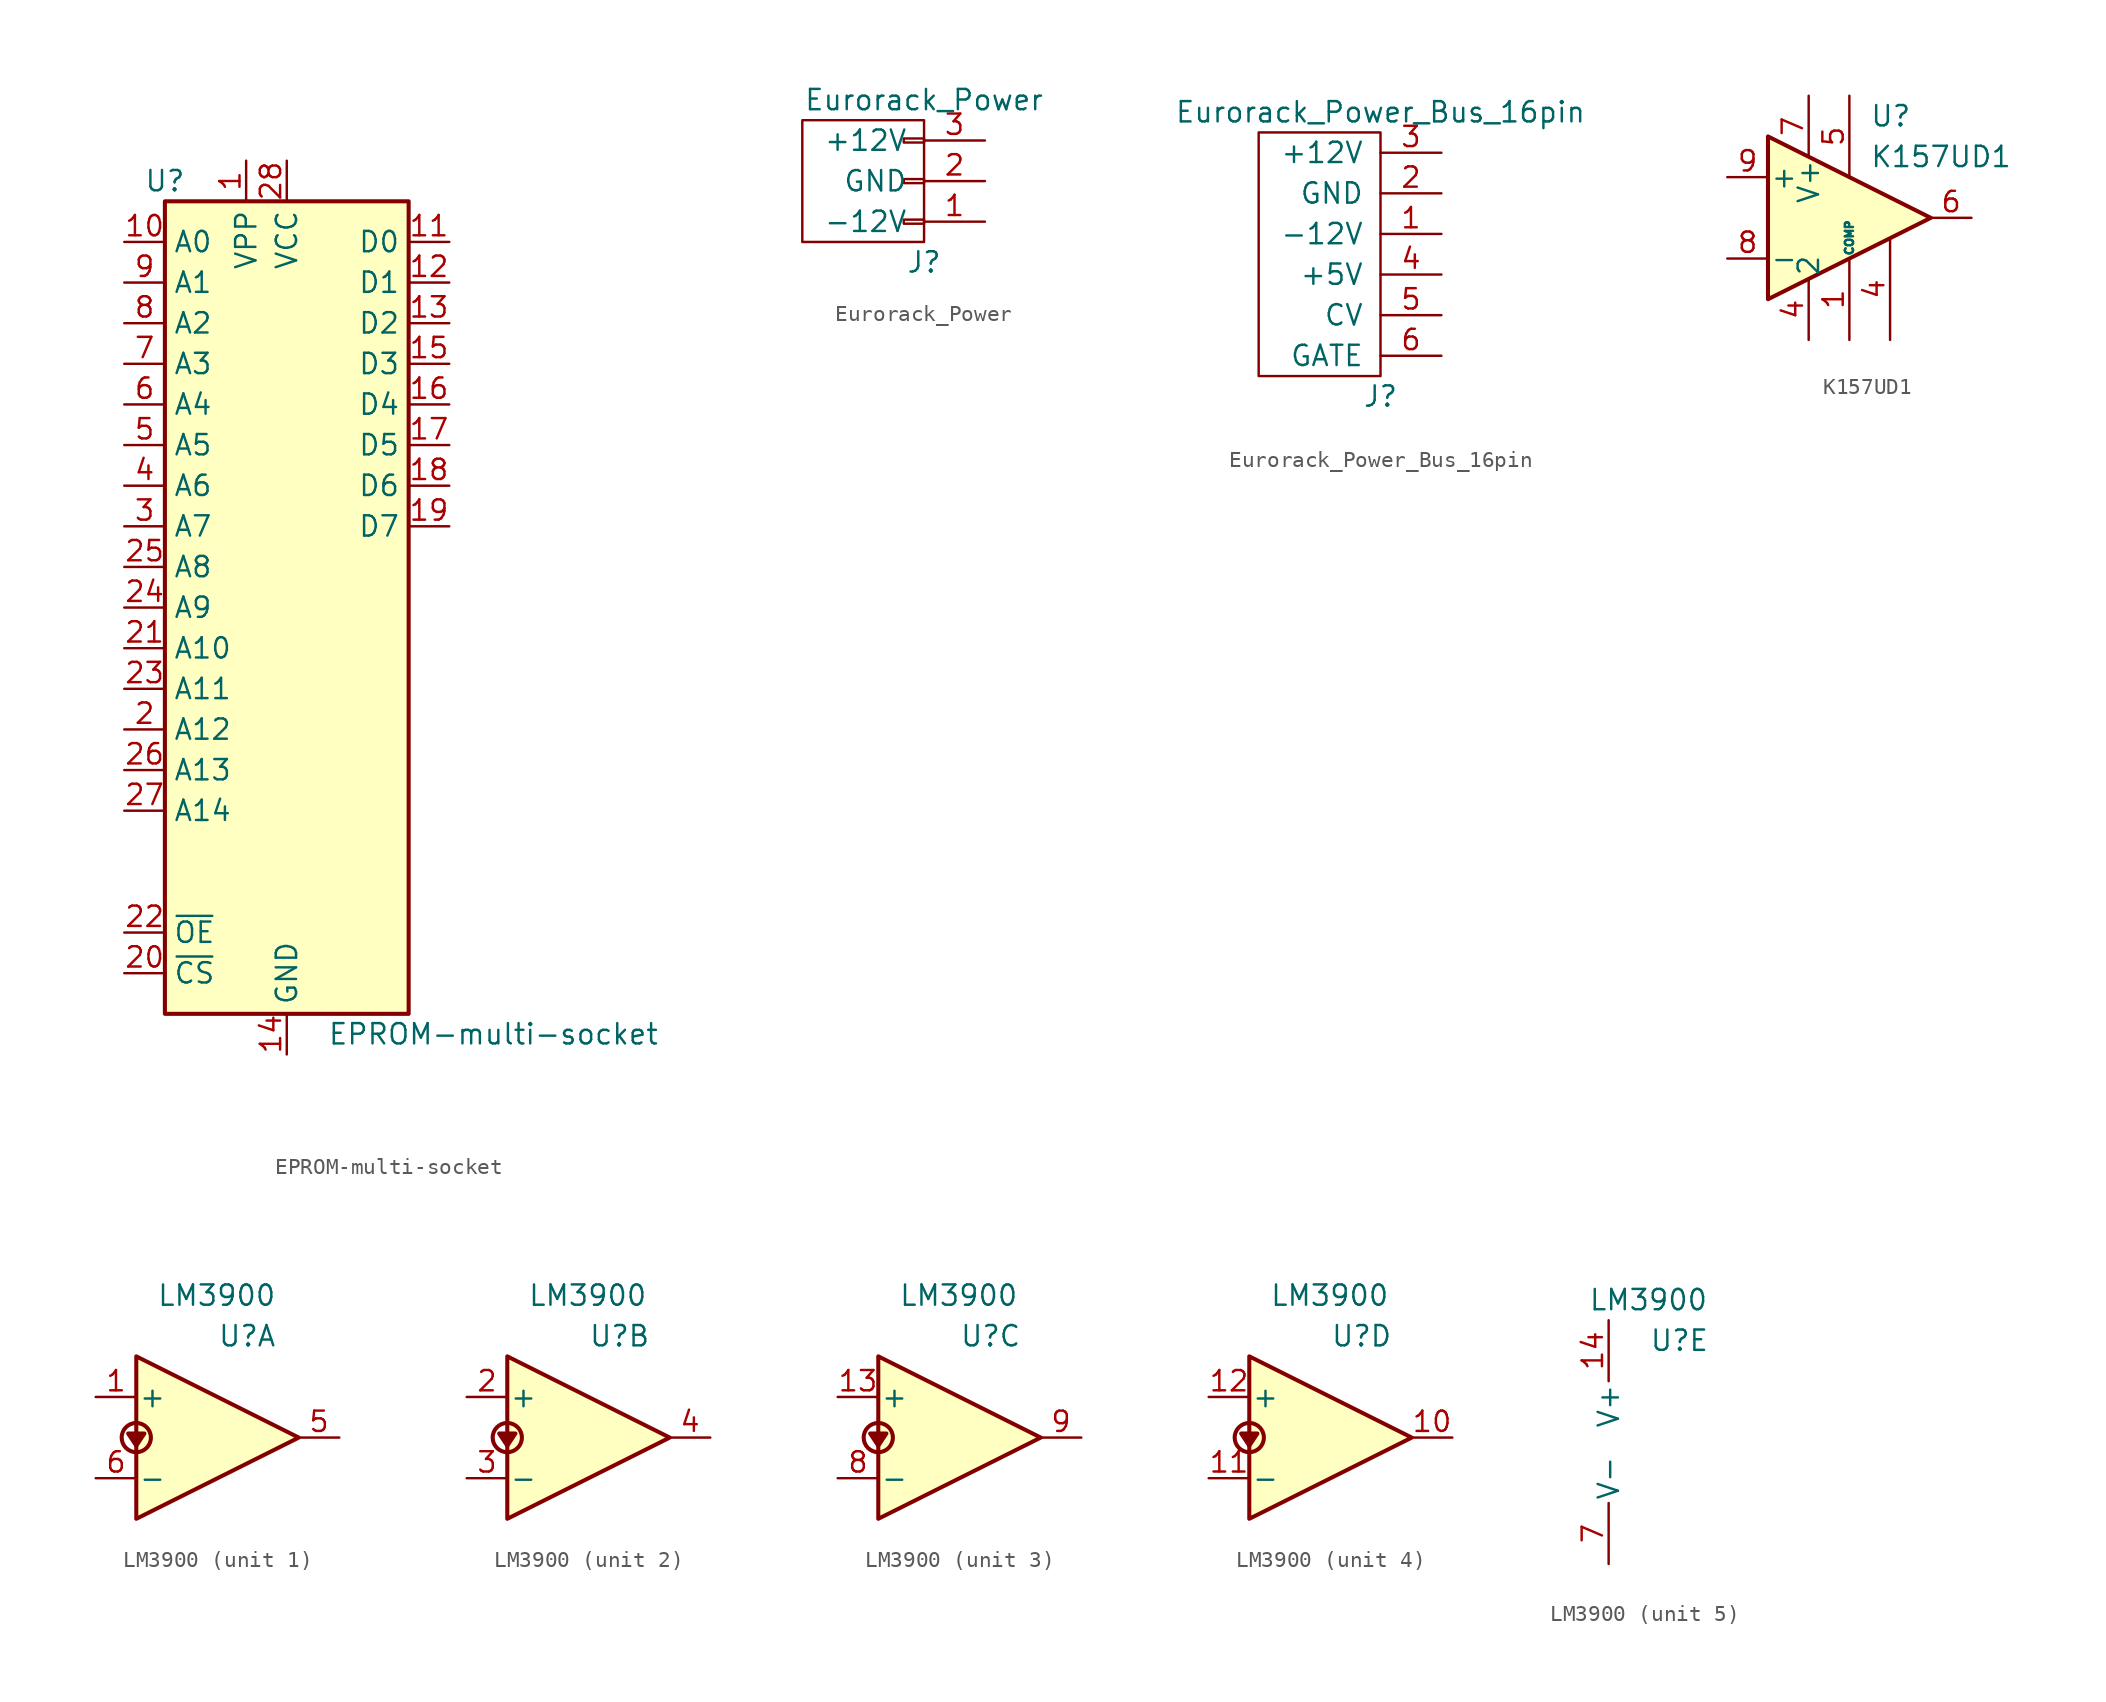
<source format=kicad_sym>
(kicad_symbol_lib
  (version 20231120)
  (generator "kicad_symbol_editor")
  (generator_version "8.0")
  (symbol "EPROM-multi-socket"
    (property "Reference" "U"
      (at -7.62 26.67 0)
      (effects (font (size 1.27 1.27))))
    (property "Value" "EPROM-multi-socket"
      (at 2.54 -26.67 0)
      (effects (font (size 1.27 1.27)) (justify left)))
    (symbol "EPROM-multi-socket_1_1"
      (rectangle (start -7.62 25.4) (end 7.62 -25.4) (stroke (width 0.254) (type default)) (fill (type background)))
      (pin power_in line (at -2.54 27.94 270) (length 2.54) (name "VPP" (effects (font (size 1.27 1.27)))) (number "1" (effects (font (size 1.27 1.27)))))
      (pin input line (at -10.16 22.86 0) (length 2.54) (name "A0" (effects (font (size 1.27 1.27)))) (number "10" (effects (font (size 1.27 1.27)))))
      (pin tri_state line (at 10.16 22.86 180) (length 2.54) (name "D0" (effects (font (size 1.27 1.27)))) (number "11" (effects (font (size 1.27 1.27)))))
      (pin tri_state line (at 10.16 20.32 180) (length 2.54) (name "D1" (effects (font (size 1.27 1.27)))) (number "12" (effects (font (size 1.27 1.27)))))
      (pin tri_state line (at 10.16 17.78 180) (length 2.54) (name "D2" (effects (font (size 1.27 1.27)))) (number "13" (effects (font (size 1.27 1.27)))))
      (pin power_in line (at 0 -27.94 90) (length 2.54) (name "GND" (effects (font (size 1.27 1.27)))) (number "14" (effects (font (size 1.27 1.27)))))
      (pin tri_state line (at 10.16 15.24 180) (length 2.54) (name "D3" (effects (font (size 1.27 1.27)))) (number "15" (effects (font (size 1.27 1.27)))))
      (pin tri_state line (at 10.16 12.7 180) (length 2.54) (name "D4" (effects (font (size 1.27 1.27)))) (number "16" (effects (font (size 1.27 1.27)))))
      (pin tri_state line (at 10.16 10.16 180) (length 2.54) (name "D5" (effects (font (size 1.27 1.27)))) (number "17" (effects (font (size 1.27 1.27)))))
      (pin tri_state line (at 10.16 7.62 180) (length 2.54) (name "D6" (effects (font (size 1.27 1.27)))) (number "18" (effects (font (size 1.27 1.27)))))
      (pin tri_state line (at 10.16 5.08 180) (length 2.54) (name "D7" (effects (font (size 1.27 1.27)))) (number "19" (effects (font (size 1.27 1.27)))))
      (pin input line (at -10.16 -7.62 0) (length 2.54) (name "A12" (effects (font (size 1.27 1.27)))) (number "2" (effects (font (size 1.27 1.27)))))
      (pin input line (at -10.16 -22.86 0) (length 2.54) (name "~{CS}" (effects (font (size 1.27 1.27)))) (number "20" (effects (font (size 1.27 1.27)))))
      (pin input line (at -10.16 -2.54 0) (length 2.54) (name "A10" (effects (font (size 1.27 1.27)))) (number "21" (effects (font (size 1.27 1.27)))))
      (pin input line (at -10.16 -20.32 0) (length 2.54) (name "~{OE}" (effects (font (size 1.27 1.27)))) (number "22" (effects (font (size 1.27 1.27)))))
      (pin input line (at -10.16 -5.08 0) (length 2.54) (name "A11" (effects (font (size 1.27 1.27)))) (number "23" (effects (font (size 1.27 1.27)))))
      (pin input line (at -10.16 0 0) (length 2.54) (name "A9" (effects (font (size 1.27 1.27)))) (number "24" (effects (font (size 1.27 1.27)))))
      (pin input line (at -10.16 2.54 0) (length 2.54) (name "A8" (effects (font (size 1.27 1.27)))) (number "25" (effects (font (size 1.27 1.27)))))
      (pin input line (at -10.16 -10.16 0) (length 2.54) (name "A13" (effects (font (size 1.27 1.27)))) (number "26" (effects (font (size 1.27 1.27)))))
      (pin input line (at -10.16 -12.7 0) (length 2.54) (name "A14" (effects (font (size 1.27 1.27)))) (number "27" (effects (font (size 1.27 1.27)))))
      (pin power_in line (at 0 27.94 270) (length 2.54) (name "VCC" (effects (font (size 1.27 1.27)))) (number "28" (effects (font (size 1.27 1.27)))))
      (pin input line (at -10.16 5.08 0) (length 2.54) (name "A7" (effects (font (size 1.27 1.27)))) (number "3" (effects (font (size 1.27 1.27)))))
      (pin input line (at -10.16 7.62 0) (length 2.54) (name "A6" (effects (font (size 1.27 1.27)))) (number "4" (effects (font (size 1.27 1.27)))))
      (pin input line (at -10.16 10.16 0) (length 2.54) (name "A5" (effects (font (size 1.27 1.27)))) (number "5" (effects (font (size 1.27 1.27)))))
      (pin input line (at -10.16 12.7 0) (length 2.54) (name "A4" (effects (font (size 1.27 1.27)))) (number "6" (effects (font (size 1.27 1.27)))))
      (pin input line (at -10.16 15.24 0) (length 2.54) (name "A3" (effects (font (size 1.27 1.27)))) (number "7" (effects (font (size 1.27 1.27)))))
      (pin input line (at -10.16 17.78 0) (length 2.54) (name "A2" (effects (font (size 1.27 1.27)))) (number "8" (effects (font (size 1.27 1.27)))))
      (pin input line (at -10.16 20.32 0) (length 2.54) (name "A1" (effects (font (size 1.27 1.27)))) (number "9" (effects (font (size 1.27 1.27)))))))
  (symbol "Eurorack_Power"
    (pin_names
      (offset 1.016))
    (property "Reference" "J"
      (at 0 -5.08 0)
      (effects (font (size 1.27 1.27))))
    (property "Value" "Eurorack_Power"
      (at 0 5.08 0)
      (effects (font (size 1.27 1.27))))
    (symbol "Eurorack_Power_0_1"
      (rectangle (start 0 3.81) (end -7.62 -3.81) (stroke (width 0) (type default)) (fill (type none))))
    (symbol "Eurorack_Power_1_1"
      (rectangle (start 0 -2.413) (end -1.27 -2.667) (stroke (width 0.152) (type default)) (fill (type none)))
      (rectangle (start 0 0.127) (end -1.27 -0.127) (stroke (width 0.152) (type default)) (fill (type none)))
      (rectangle (start 0 2.667) (end -1.27 2.413) (stroke (width 0.152) (type default)) (fill (type none)))
      (pin power_out line (at 3.81 -2.54 180) (length 3.81) (name "-12V" (effects (font (size 1.27 1.27)))) (number "1" (effects (font (size 1.27 1.27)))))
      (pin power_out line (at 3.81 0 180) (length 3.81) (name "GND" (effects (font (size 1.27 1.27)))) (number "2" (effects (font (size 1.27 1.27)))))
      (pin power_out line (at 3.81 2.54 180) (length 3.81) (name "+12V" (effects (font (size 1.27 1.27)))) (number "3" (effects (font (size 1.27 1.27)))))))
  (symbol "Eurorack_Power_Bus_16pin"
    (pin_names
      (offset 1.016))
    (property "Reference" "J"
      (at 0 -12.7 0)
      (effects (font (size 1.27 1.27))))
    (property "Value" "Eurorack_Power_Bus_16pin"
      (at 0 5.08 0)
      (effects (font (size 1.27 1.27))))
    (symbol "Eurorack_Power_Bus_16pin_0_1"
      (rectangle (start 0 -11.43) (end -7.62 3.81) (stroke (width 0) (type default)) (fill (type none))))
    (symbol "Eurorack_Power_Bus_16pin_1_1"
      (pin power_in line (at 3.81 -2.54 180) (length 3.81) (name "-12V" (effects (font (size 1.27 1.27)))) (number "1" (effects (font (size 1.27 1.27)))))
      (pin power_in line (at 3.81 0 180) (length 3.81) (name "GND" (effects (font (size 1.27 1.27)))) (number "2" (effects (font (size 1.27 1.27)))))
      (pin power_in line (at 3.81 2.54 180) (length 3.81) (name "+12V" (effects (font (size 1.27 1.27)))) (number "3" (effects (font (size 1.27 1.27)))))
      (pin power_in line (at 3.81 -5.08 180) (length 3.81) (name "+5V" (effects (font (size 1.27 1.27)))) (number "4" (effects (font (size 1.27 1.27)))))
      (pin unspecified line (at 3.81 -7.62 180) (length 3.81) (name "CV" (effects (font (size 1.27 1.27)))) (number "5" (effects (font (size 1.27 1.27)))))
      (pin unspecified line (at 3.81 -10.16 180) (length 3.81) (name "GATE" (effects (font (size 1.27 1.27)))) (number "6" (effects (font (size 1.27 1.27)))))))
  (symbol "K157UD1"
    (pin_names
      (offset 0.127))
    (property "Reference" "U"
      (at 1.27 6.35 0)
      (effects (font (size 1.27 1.27)) (justify left)))
    (property "Value" "K157UD1"
      (at 1.27 3.81 0)
      (effects (font (size 1.27 1.27)) (justify left)))
    (symbol "K157UD1_0_1"
      (polyline (pts (xy -5.08 5.08) (xy 5.08 0) (xy -5.08 -5.08) (xy -5.08 5.08)) (stroke (width 0.254) (type default)) (fill (type background))))
    (symbol "K157UD1_1_1"
      (pin input line (at 0 -7.62 90) (length 5.08) (name "COMP" (effects (font (size 0.508 0.508)))) (number "1" (effects (font (size 1.27 1.27)))))
      (pin input line (at 2.54 -7.62 90) (length 6.35) (name "" (effects (font (size 0.508 0.508)))) (number "4" (effects (font (size 1.27 1.27)))))
      (pin power_in line (at -2.54 -7.62 90) (length 3.81) (name "2" (effects (font (size 1.27 1.27)))) (number "4" (effects (font (size 1.27 1.27)))))
      (pin input line (at 0 7.62 270) (length 5.08) (name "" (effects (font (size 0.508 0.508)))) (number "5" (effects (font (size 1.27 1.27)))))
      (pin output line (at 7.62 0 180) (length 2.54) (name "~" (effects (font (size 1.27 1.27)))) (number "6" (effects (font (size 1.27 1.27)))))
      (pin power_in line (at -2.54 7.62 270) (length 3.81) (name "V+" (effects (font (size 1.27 1.27)))) (number "7" (effects (font (size 1.27 1.27)))))
      (pin input line (at -7.62 -2.54 0) (length 2.54) (name "-" (effects (font (size 1.27 1.27)))) (number "8" (effects (font (size 1.27 1.27)))))
      (pin input line (at -7.62 2.54 0) (length 2.54) (name "+" (effects (font (size 1.27 1.27)))) (number "9" (effects (font (size 1.27 1.27)))))))
  (symbol "LM3900"
    (pin_names
      (offset 0.127))
    (property "Reference" "U"
      (at 0 6.35 0)
      (effects (font (size 1.27 1.27)) (justify left)))
    (property "Value" "LM3900"
      (at -3.81 8.89 0)
      (effects (font (size 1.27 1.27)) (justify left)))
    (property "ki_locked" ""
      (at 0 0 0)
      (effects (font (size 1.27 1.27))))
    (symbol "LM3900_1_1"
      (circle (center -5.08 0) (radius 0.914) (stroke (width 0.254) (type default)) (fill (type none)))
      (polyline (pts (xy -5.588 0.254) (xy -4.572 0.254) (xy -5.08 -0.508) (xy -5.588 0.254)) (stroke (width 0.254) (type default)) (fill (type outline)))
      (polyline (pts (xy -5.08 5.08) (xy 5.08 0) (xy -5.08 -5.08) (xy -5.08 5.08)) (stroke (width 0.254) (type default)) (fill (type background)))
      (pin input line (at -7.62 2.54 0) (length 2.54) (name "+" (effects (font (size 1.27 1.27)))) (number "1" (effects (font (size 1.27 1.27)))))
      (pin output line (at 7.62 0 180) (length 2.54) (name "~" (effects (font (size 1.27 1.27)))) (number "5" (effects (font (size 1.27 1.27)))))
      (pin input line (at -7.62 -2.54 0) (length 2.54) (name "-" (effects (font (size 1.27 1.27)))) (number "6" (effects (font (size 1.27 1.27))))))
    (symbol "LM3900_2_1"
      (circle (center -5.08 0) (radius 0.914) (stroke (width 0.254) (type default)) (fill (type none)))
      (polyline (pts (xy -5.588 0.254) (xy -4.572 0.254) (xy -5.08 -0.508) (xy -5.588 0.254)) (stroke (width 0.254) (type default)) (fill (type outline)))
      (polyline (pts (xy -5.08 5.08) (xy 5.08 0) (xy -5.08 -5.08) (xy -5.08 5.08)) (stroke (width 0.254) (type default)) (fill (type background)))
      (pin input line (at -7.62 2.54 0) (length 2.54) (name "+" (effects (font (size 1.27 1.27)))) (number "2" (effects (font (size 1.27 1.27)))))
      (pin input line (at -7.62 -2.54 0) (length 2.54) (name "-" (effects (font (size 1.27 1.27)))) (number "3" (effects (font (size 1.27 1.27)))))
      (pin output line (at 7.62 0 180) (length 2.54) (name "~" (effects (font (size 1.27 1.27)))) (number "4" (effects (font (size 1.27 1.27))))))
    (symbol "LM3900_3_1"
      (circle (center -5.08 0) (radius 0.914) (stroke (width 0.254) (type default)) (fill (type none)))
      (polyline (pts (xy -5.588 0.254) (xy -4.572 0.254) (xy -5.08 -0.508) (xy -5.588 0.254)) (stroke (width 0.254) (type default)) (fill (type outline)))
      (polyline (pts (xy -5.08 5.08) (xy 5.08 0) (xy -5.08 -5.08) (xy -5.08 5.08)) (stroke (width 0.254) (type default)) (fill (type background)))
      (pin input line (at -7.62 2.54 0) (length 2.54) (name "+" (effects (font (size 1.27 1.27)))) (number "13" (effects (font (size 1.27 1.27)))))
      (pin input line (at -7.62 -2.54 0) (length 2.54) (name "-" (effects (font (size 1.27 1.27)))) (number "8" (effects (font (size 1.27 1.27)))))
      (pin output line (at 7.62 0 180) (length 2.54) (name "~" (effects (font (size 1.27 1.27)))) (number "9" (effects (font (size 1.27 1.27))))))
    (symbol "LM3900_4_1"
      (circle (center -5.08 0) (radius 0.914) (stroke (width 0.254) (type default)) (fill (type none)))
      (polyline (pts (xy -5.588 0.254) (xy -4.572 0.254) (xy -5.08 -0.508) (xy -5.588 0.254)) (stroke (width 0.254) (type default)) (fill (type outline)))
      (polyline (pts (xy -5.08 5.08) (xy 5.08 0) (xy -5.08 -5.08) (xy -5.08 5.08)) (stroke (width 0.254) (type default)) (fill (type background)))
      (pin output line (at 7.62 0 180) (length 2.54) (name "~" (effects (font (size 1.27 1.27)))) (number "10" (effects (font (size 1.27 1.27)))))
      (pin input line (at -7.62 -2.54 0) (length 2.54) (name "-" (effects (font (size 1.27 1.27)))) (number "11" (effects (font (size 1.27 1.27)))))
      (pin input line (at -7.62 2.54 0) (length 2.54) (name "+" (effects (font (size 1.27 1.27)))) (number "12" (effects (font (size 1.27 1.27))))))
    (symbol "LM3900_5_1"
      (pin power_in line (at -2.54 7.62 270) (length 3.81) (name "V+" (effects (font (size 1.27 1.27)))) (number "14" (effects (font (size 1.27 1.27)))))
      (pin power_in line (at -2.54 -7.62 90) (length 3.81) (name "V-" (effects (font (size 1.27 1.27)))) (number "7" (effects (font (size 1.27 1.27))))))))
</source>
